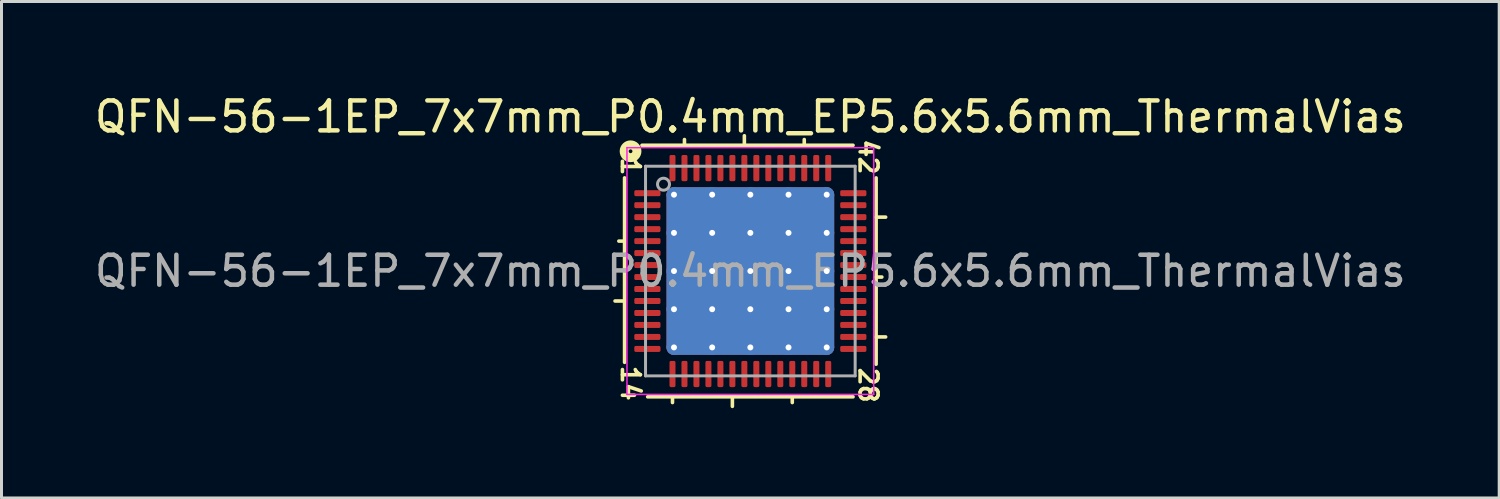
<source format=kicad_pcb>
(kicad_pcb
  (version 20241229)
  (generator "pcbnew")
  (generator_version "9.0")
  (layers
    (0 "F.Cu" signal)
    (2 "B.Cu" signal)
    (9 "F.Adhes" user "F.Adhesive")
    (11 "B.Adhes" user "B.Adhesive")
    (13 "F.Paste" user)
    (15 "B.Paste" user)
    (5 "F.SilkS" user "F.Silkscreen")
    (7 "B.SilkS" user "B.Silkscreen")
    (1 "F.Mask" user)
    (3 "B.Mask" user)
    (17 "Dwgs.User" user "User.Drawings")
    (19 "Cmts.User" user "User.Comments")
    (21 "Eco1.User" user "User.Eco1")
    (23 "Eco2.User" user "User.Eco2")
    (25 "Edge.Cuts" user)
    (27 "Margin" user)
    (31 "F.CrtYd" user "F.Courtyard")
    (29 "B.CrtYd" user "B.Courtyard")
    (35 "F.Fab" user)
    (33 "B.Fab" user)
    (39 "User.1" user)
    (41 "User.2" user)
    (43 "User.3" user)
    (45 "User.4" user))
  (footprint "QFN-56-1EP_7x7mm_P0.4mm_EP5.6x5.6mm_ThermalVias"
    (layer "F.Cu")
    (at 22.006 6.001)
    (property "Reference" "QFN-56-1EP_7x7mm_P0.4mm_EP5.6x5.6mm_ThermalVias" (at 0 -5.152 0) (layer "F.SilkS") (effects (font (size 1 1) (thickness 0.15))))
    (attr smd)
    (fp_line (start -4.2 -3.111) (end -4.2 3.048) (stroke (width 0.12) (type solid)) (layer "F.SilkS"))
    (fp_line (start -4.2 -1) (end -4.391 -1) (stroke (width 0.12) (type solid)) (layer "F.SilkS"))
    (fp_line (start -4.2 1) (end -4.518 1) (stroke (width 0.12) (type solid)) (layer "F.SilkS"))
    (fp_line (start -3.429 4.2) (end 3.429 4.2) (stroke (width 0.12) (type solid)) (layer "F.SilkS"))
    (fp_line (start -2.6 4.2) (end -2.6 4.391) (stroke (width 0.12) (type solid)) (layer "F.SilkS"))
    (fp_line (start -2.2 -4.2) (end -2.2 -4.391) (stroke (width 0.12) (type solid)) (layer "F.SilkS"))
    (fp_line (start -0.6 4.2) (end -0.6 4.518) (stroke (width 0.12) (type solid)) (layer "F.SilkS"))
    (fp_line (start -0.2 -4.2) (end -0.2 -4.518) (stroke (width 0.12) (type solid)) (layer "F.SilkS"))
    (fp_line (start 1.4 4.2) (end 1.4 4.391) (stroke (width 0.12) (type solid)) (layer "F.SilkS"))
    (fp_line (start 1.8 -4.2) (end 1.8 -4.391) (stroke (width 0.12) (type solid)) (layer "F.SilkS"))
    (fp_line (start 3.429 -4.2) (end -3.619 -4.2) (stroke (width 0.12) (type solid)) (layer "F.SilkS"))
    (fp_line (start 4.2 -1.8) (end 4.518 -1.8) (stroke (width 0.12) (type solid)) (layer "F.SilkS"))
    (fp_line (start 4.2 0.2) (end 4.391 0.2) (stroke (width 0.12) (type solid)) (layer "F.SilkS"))
    (fp_line (start 4.2 2.2) (end 4.518 2.2) (stroke (width 0.12) (type solid)) (layer "F.SilkS"))
    (fp_line (start 4.2 3.111) (end 4.2 -3.111) (stroke (width 0.12) (type solid)) (layer "F.SilkS"))
    (fp_circle (center -4 -4) (end -3.937 -4) (stroke (width 0.3) (type solid)) (fill no) (layer "F.SilkS"))
    (fp_line (start -4.12 -4.12) (end -4.12 4.12) (stroke (width 0.05) (type solid)) (layer "F.CrtYd"))
    (fp_line (start -4.12 4.12) (end 4.12 4.12) (stroke (width 0.05) (type solid)) (layer "F.CrtYd"))
    (fp_line (start 4.12 -4.12) (end -4.12 -4.12) (stroke (width 0.05) (type solid)) (layer "F.CrtYd"))
    (fp_line (start 4.12 4.12) (end 4.12 -4.12) (stroke (width 0.05) (type solid)) (layer "F.CrtYd"))
    (fp_line (start -3.5 -3.5) (end 3.5 -3.5) (stroke (width 0.1) (type solid)) (layer "F.Fab"))
    (fp_line (start -3.5 3.5) (end -3.5 -3.5) (stroke (width 0.1) (type solid)) (layer "F.Fab"))
    (fp_line (start 3.5 -3.5) (end 3.5 3.5) (stroke (width 0.1) (type solid)) (layer "F.Fab"))
    (fp_line (start 3.5 3.5) (end -3.5 3.5) (stroke (width 0.1) (type solid)) (layer "F.Fab"))
    (fp_circle (center -2.9 -2.9) (end -2.7 -2.9) (stroke (width 0.1) (type solid)) (fill no) (layer "F.Fab"))
    (fp_text user "42" (at 3.937 -3.81 270) (unlocked yes) (layer "F.SilkS") (effects (font (size 0.6 0.6) (thickness 0.12))))
    (fp_text user "28" (at 3.937 3.81 270) (unlocked yes) (layer "F.SilkS") (effects (font (size 0.6 0.6) (thickness 0.12))))
    (fp_text user "14" (at -4 3.747 270) (unlocked yes) (layer "F.SilkS") (effects (font (size 0.6 0.6) (thickness 0.12))))
    (fp_text user "1" (at -4 -3.493 270) (unlocked yes) (layer "F.SilkS") (effects (font (size 0.6 0.6) (thickness 0.12))))
    (fp_text user "${REFERENCE}" (at 0 0 0) (layer "F.Fab") (effects (font (size 1 1) (thickness 0.15))))
    (pad "" smd roundrect (at -1.913 -1.913) (size 1.084 1.084) (layers "F.Paste") (roundrect_rratio 0.231))
    (pad "" smd roundrect (at -1.913 -0.637) (size 1.084 1.084) (layers "F.Paste") (roundrect_rratio 0.231))
    (pad "" smd roundrect (at -1.913 0.637) (size 1.084 1.084) (layers "F.Paste") (roundrect_rratio 0.231))
    (pad "" smd roundrect (at -1.913 1.913) (size 1.084 1.084) (layers "F.Paste") (roundrect_rratio 0.231))
    (pad "" smd roundrect (at -0.637 -1.913) (size 1.084 1.084) (layers "F.Paste") (roundrect_rratio 0.231))
    (pad "" smd roundrect (at -0.637 -0.637) (size 1.084 1.084) (layers "F.Paste") (roundrect_rratio 0.231))
    (pad "" smd roundrect (at -0.637 0.637) (size 1.084 1.084) (layers "F.Paste") (roundrect_rratio 0.231))
    (pad "" smd roundrect (at -0.637 1.913) (size 1.084 1.084) (layers "F.Paste") (roundrect_rratio 0.231))
    (pad "" smd roundrect (at 0.637 -1.913) (size 1.084 1.084) (layers "F.Paste") (roundrect_rratio 0.231))
    (pad "" smd roundrect (at 0.637 -0.637) (size 1.084 1.084) (layers "F.Paste") (roundrect_rratio 0.231))
    (pad "" smd roundrect (at 0.637 0.637) (size 1.084 1.084) (layers "F.Paste") (roundrect_rratio 0.231))
    (pad "" smd roundrect (at 0.637 1.913) (size 1.084 1.084) (layers "F.Paste") (roundrect_rratio 0.231))
    (pad "" smd roundrect (at 1.913 -1.913) (size 1.084 1.084) (layers "F.Paste") (roundrect_rratio 0.231))
    (pad "" smd roundrect (at 1.913 -0.637) (size 1.084 1.084) (layers "F.Paste") (roundrect_rratio 0.231))
    (pad "" smd roundrect (at 1.913 0.637) (size 1.084 1.084) (layers "F.Paste") (roundrect_rratio 0.231))
    (pad "" smd roundrect (at 1.913 1.913) (size 1.084 1.084) (layers "F.Paste") (roundrect_rratio 0.231))
    (pad "1" smd roundrect (at -3.438 -2.6) (size 0.875 0.2) (layers "F.Cu" "F.Mask" "F.Paste") (roundrect_rratio 0.25))
    (pad "2" smd roundrect (at -3.438 -2.2) (size 0.875 0.2) (layers "F.Cu" "F.Mask" "F.Paste") (roundrect_rratio 0.25))
    (pad "3" smd roundrect (at -3.438 -1.8) (size 0.875 0.2) (layers "F.Cu" "F.Mask" "F.Paste") (roundrect_rratio 0.25))
    (pad "4" smd roundrect (at -3.438 -1.4) (size 0.875 0.2) (layers "F.Cu" "F.Mask" "F.Paste") (roundrect_rratio 0.25))
    (pad "5" smd roundrect (at -3.438 -1) (size 0.875 0.2) (layers "F.Cu" "F.Mask" "F.Paste") (roundrect_rratio 0.25))
    (pad "6" smd roundrect (at -3.438 -0.6) (size 0.875 0.2) (layers "F.Cu" "F.Mask" "F.Paste") (roundrect_rratio 0.25))
    (pad "7" smd roundrect (at -3.438 -0.2) (size 0.875 0.2) (layers "F.Cu" "F.Mask" "F.Paste") (roundrect_rratio 0.25))
    (pad "8" smd roundrect (at -3.438 0.2) (size 0.875 0.2) (layers "F.Cu" "F.Mask" "F.Paste") (roundrect_rratio 0.25))
    (pad "9" smd roundrect (at -3.438 0.6) (size 0.875 0.2) (layers "F.Cu" "F.Mask" "F.Paste") (roundrect_rratio 0.25))
    (pad "10" smd roundrect (at -3.438 1) (size 0.875 0.2) (layers "F.Cu" "F.Mask" "F.Paste") (roundrect_rratio 0.25))
    (pad "11" smd roundrect (at -3.438 1.4) (size 0.875 0.2) (layers "F.Cu" "F.Mask" "F.Paste") (roundrect_rratio 0.25))
    (pad "12" smd roundrect (at -3.438 1.8) (size 0.875 0.2) (layers "F.Cu" "F.Mask" "F.Paste") (roundrect_rratio 0.25))
    (pad "13" smd roundrect (at -3.438 2.2) (size 0.875 0.2) (layers "F.Cu" "F.Mask" "F.Paste") (roundrect_rratio 0.25))
    (pad "14" smd roundrect (at -3.438 2.6) (size 0.875 0.2) (layers "F.Cu" "F.Mask" "F.Paste") (roundrect_rratio 0.25))
    (pad "15" smd roundrect (at -2.6 3.438) (size 0.2 0.875) (layers "F.Cu" "F.Mask" "F.Paste") (roundrect_rratio 0.25))
    (pad "16" smd roundrect (at -2.2 3.438) (size 0.2 0.875) (layers "F.Cu" "F.Mask" "F.Paste") (roundrect_rratio 0.25))
    (pad "17" smd roundrect (at -1.8 3.438) (size 0.2 0.875) (layers "F.Cu" "F.Mask" "F.Paste") (roundrect_rratio 0.25))
    (pad "18" smd roundrect (at -1.4 3.438) (size 0.2 0.875) (layers "F.Cu" "F.Mask" "F.Paste") (roundrect_rratio 0.25))
    (pad "19" smd roundrect (at -1 3.438) (size 0.2 0.875) (layers "F.Cu" "F.Mask" "F.Paste") (roundrect_rratio 0.25))
    (pad "20" smd roundrect (at -0.6 3.438) (size 0.2 0.875) (layers "F.Cu" "F.Mask" "F.Paste") (roundrect_rratio 0.25))
    (pad "21" smd roundrect (at -0.2 3.438) (size 0.2 0.875) (layers "F.Cu" "F.Mask" "F.Paste") (roundrect_rratio 0.25))
    (pad "22" smd roundrect (at 0.2 3.438) (size 0.2 0.875) (layers "F.Cu" "F.Mask" "F.Paste") (roundrect_rratio 0.25))
    (pad "23" smd roundrect (at 0.6 3.438) (size 0.2 0.875) (layers "F.Cu" "F.Mask" "F.Paste") (roundrect_rratio 0.25))
    (pad "24" smd roundrect (at 1 3.438) (size 0.2 0.875) (layers "F.Cu" "F.Mask" "F.Paste") (roundrect_rratio 0.25))
    (pad "25" smd roundrect (at 1.4 3.438) (size 0.2 0.875) (layers "F.Cu" "F.Mask" "F.Paste") (roundrect_rratio 0.25))
    (pad "26" smd roundrect (at 1.8 3.438) (size 0.2 0.875) (layers "F.Cu" "F.Mask" "F.Paste") (roundrect_rratio 0.25))
    (pad "27" smd roundrect (at 2.2 3.438) (size 0.2 0.875) (layers "F.Cu" "F.Mask" "F.Paste") (roundrect_rratio 0.25))
    (pad "28" smd roundrect (at 2.6 3.438) (size 0.2 0.875) (layers "F.Cu" "F.Mask" "F.Paste") (roundrect_rratio 0.25))
    (pad "29" smd roundrect (at 3.438 2.6) (size 0.875 0.2) (layers "F.Cu" "F.Mask" "F.Paste") (roundrect_rratio 0.25))
    (pad "30" smd roundrect (at 3.438 2.2) (size 0.875 0.2) (layers "F.Cu" "F.Mask" "F.Paste") (roundrect_rratio 0.25))
    (pad "31" smd roundrect (at 3.438 1.8) (size 0.875 0.2) (layers "F.Cu" "F.Mask" "F.Paste") (roundrect_rratio 0.25))
    (pad "32" smd roundrect (at 3.438 1.4) (size 0.875 0.2) (layers "F.Cu" "F.Mask" "F.Paste") (roundrect_rratio 0.25))
    (pad "33" smd roundrect (at 3.438 1) (size 0.875 0.2) (layers "F.Cu" "F.Mask" "F.Paste") (roundrect_rratio 0.25))
    (pad "34" smd roundrect (at 3.438 0.6) (size 0.875 0.2) (layers "F.Cu" "F.Mask" "F.Paste") (roundrect_rratio 0.25))
    (pad "35" smd roundrect (at 3.438 0.2) (size 0.875 0.2) (layers "F.Cu" "F.Mask" "F.Paste") (roundrect_rratio 0.25))
    (pad "36" smd roundrect (at 3.438 -0.2) (size 0.875 0.2) (layers "F.Cu" "F.Mask" "F.Paste") (roundrect_rratio 0.25))
    (pad "37" smd roundrect (at 3.438 -0.6) (size 0.875 0.2) (layers "F.Cu" "F.Mask" "F.Paste") (roundrect_rratio 0.25))
    (pad "38" smd roundrect (at 3.438 -1) (size 0.875 0.2) (layers "F.Cu" "F.Mask" "F.Paste") (roundrect_rratio 0.25))
    (pad "39" smd roundrect (at 3.438 -1.4) (size 0.875 0.2) (layers "F.Cu" "F.Mask" "F.Paste") (roundrect_rratio 0.25))
    (pad "40" smd roundrect (at 3.438 -1.8) (size 0.875 0.2) (layers "F.Cu" "F.Mask" "F.Paste") (roundrect_rratio 0.25))
    (pad "41" smd roundrect (at 3.438 -2.2) (size 0.875 0.2) (layers "F.Cu" "F.Mask" "F.Paste") (roundrect_rratio 0.25))
    (pad "42" smd roundrect (at 3.438 -2.6) (size 0.875 0.2) (layers "F.Cu" "F.Mask" "F.Paste") (roundrect_rratio 0.25))
    (pad "43" smd roundrect (at 2.6 -3.438) (size 0.2 0.875) (layers "F.Cu" "F.Mask" "F.Paste") (roundrect_rratio 0.25))
    (pad "44" smd roundrect (at 2.2 -3.438) (size 0.2 0.875) (layers "F.Cu" "F.Mask" "F.Paste") (roundrect_rratio 0.25))
    (pad "45" smd roundrect (at 1.8 -3.438) (size 0.2 0.875) (layers "F.Cu" "F.Mask" "F.Paste") (roundrect_rratio 0.25))
    (pad "46" smd roundrect (at 1.4 -3.438) (size 0.2 0.875) (layers "F.Cu" "F.Mask" "F.Paste") (roundrect_rratio 0.25))
    (pad "47" smd roundrect (at 1 -3.438) (size 0.2 0.875) (layers "F.Cu" "F.Mask" "F.Paste") (roundrect_rratio 0.25))
    (pad "48" smd roundrect (at 0.6 -3.438) (size 0.2 0.875) (layers "F.Cu" "F.Mask" "F.Paste") (roundrect_rratio 0.25))
    (pad "49" smd roundrect (at 0.2 -3.438) (size 0.2 0.875) (layers "F.Cu" "F.Mask" "F.Paste") (roundrect_rratio 0.25))
    (pad "50" smd roundrect (at -0.2 -3.438) (size 0.2 0.875) (layers "F.Cu" "F.Mask" "F.Paste") (roundrect_rratio 0.25))
    (pad "51" smd roundrect (at -0.6 -3.438) (size 0.2 0.875) (layers "F.Cu" "F.Mask" "F.Paste") (roundrect_rratio 0.25))
    (pad "52" smd roundrect (at -1 -3.438) (size 0.2 0.875) (layers "F.Cu" "F.Mask" "F.Paste") (roundrect_rratio 0.25))
    (pad "53" smd roundrect (at -1.4 -3.438) (size 0.2 0.875) (layers "F.Cu" "F.Mask" "F.Paste") (roundrect_rratio 0.25))
    (pad "54" smd roundrect (at -1.8 -3.438) (size 0.2 0.875) (layers "F.Cu" "F.Mask" "F.Paste") (roundrect_rratio 0.25))
    (pad "55" smd roundrect (at -2.2 -3.438) (size 0.2 0.875) (layers "F.Cu" "F.Mask" "F.Paste") (roundrect_rratio 0.25))
    (pad "56" smd roundrect (at -2.6 -3.438) (size 0.2 0.875) (layers "F.Cu" "F.Mask" "F.Paste") (roundrect_rratio 0.25))
    (pad "57" thru_hole circle (at -2.55 -2.55) (size 0.5 0.5) (drill 0.2) (property pad_prop_heatsink) (layers "*.Cu"))
    (pad "57" thru_hole circle (at -2.55 -1.275) (size 0.5 0.5) (drill 0.2) (property pad_prop_heatsink) (layers "*.Cu"))
    (pad "57" thru_hole circle (at -2.55 0) (size 0.5 0.5) (drill 0.2) (property pad_prop_heatsink) (layers "*.Cu"))
    (pad "57" thru_hole circle (at -2.55 1.275) (size 0.5 0.5) (drill 0.2) (property pad_prop_heatsink) (layers "*.Cu"))
    (pad "57" thru_hole circle (at -2.55 2.55) (size 0.5 0.5) (drill 0.2) (property pad_prop_heatsink) (layers "*.Cu"))
    (pad "57" thru_hole circle (at -1.275 -2.55) (size 0.5 0.5) (drill 0.2) (property pad_prop_heatsink) (layers "*.Cu"))
    (pad "57" thru_hole circle (at -1.275 -1.275) (size 0.5 0.5) (drill 0.2) (property pad_prop_heatsink) (layers "*.Cu"))
    (pad "57" thru_hole circle (at -1.275 0) (size 0.5 0.5) (drill 0.2) (property pad_prop_heatsink) (layers "*.Cu"))
    (pad "57" thru_hole circle (at -1.275 1.275) (size 0.5 0.5) (drill 0.2) (property pad_prop_heatsink) (layers "*.Cu"))
    (pad "57" thru_hole circle (at -1.275 2.55) (size 0.5 0.5) (drill 0.2) (property pad_prop_heatsink) (layers "*.Cu"))
    (pad "57" thru_hole circle (at 0 -2.55) (size 0.5 0.5) (drill 0.2) (property pad_prop_heatsink) (layers "*.Cu"))
    (pad "57" thru_hole circle (at 0 -1.275) (size 0.5 0.5) (drill 0.2) (property pad_prop_heatsink) (layers "*.Cu"))
    (pad "57" thru_hole circle (at 0 0) (size 0.5 0.5) (drill 0.2) (property pad_prop_heatsink) (layers "*.Cu"))
    (pad "57" smd roundrect (at 0 0) (size 5.6 5.6) (layers "F.Cu" "F.Mask") (roundrect_rratio 0.045))
    (pad "57" smd roundrect (at 0 0) (size 5.6 5.6) (layers "B.Cu" "B.Mask") (roundrect_rratio 0.045))
    (pad "57" thru_hole circle (at 0 1.275) (size 0.5 0.5) (drill 0.2) (property pad_prop_heatsink) (layers "*.Cu"))
    (pad "57" thru_hole circle (at 0 2.55) (size 0.5 0.5) (drill 0.2) (property pad_prop_heatsink) (layers "*.Cu"))
    (pad "57" thru_hole circle (at 1.275 -2.55) (size 0.5 0.5) (drill 0.2) (property pad_prop_heatsink) (layers "*.Cu"))
    (pad "57" thru_hole circle (at 1.275 -1.275) (size 0.5 0.5) (drill 0.2) (property pad_prop_heatsink) (layers "*.Cu"))
    (pad "57" thru_hole circle (at 1.275 0) (size 0.5 0.5) (drill 0.2) (property pad_prop_heatsink) (layers "*.Cu"))
    (pad "57" thru_hole circle (at 1.275 1.275) (size 0.5 0.5) (drill 0.2) (property pad_prop_heatsink) (layers "*.Cu"))
    (pad "57" thru_hole circle (at 1.275 2.55) (size 0.5 0.5) (drill 0.2) (property pad_prop_heatsink) (layers "*.Cu"))
    (pad "57" thru_hole circle (at 2.55 -2.55) (size 0.5 0.5) (drill 0.2) (property pad_prop_heatsink) (layers "*.Cu"))
    (pad "57" thru_hole circle (at 2.55 -1.275) (size 0.5 0.5) (drill 0.2) (property pad_prop_heatsink) (layers "*.Cu"))
    (pad "57" thru_hole circle (at 2.55 0) (size 0.5 0.5) (drill 0.2) (property pad_prop_heatsink) (layers "*.Cu"))
    (pad "57" thru_hole circle (at 2.55 1.275) (size 0.5 0.5) (drill 0.2) (property pad_prop_heatsink) (layers "*.Cu"))
    (pad "57" thru_hole circle (at 2.55 2.55) (size 0.5 0.5) (drill 0.2) (property pad_prop_heatsink) (layers "*.Cu")))
  (gr_rect
    (start -3 -3)
    (end 47.012 13.578)
    (stroke (width 0.1) (type default))
    (fill no)
    (layer "Edge.Cuts")))
</source>
